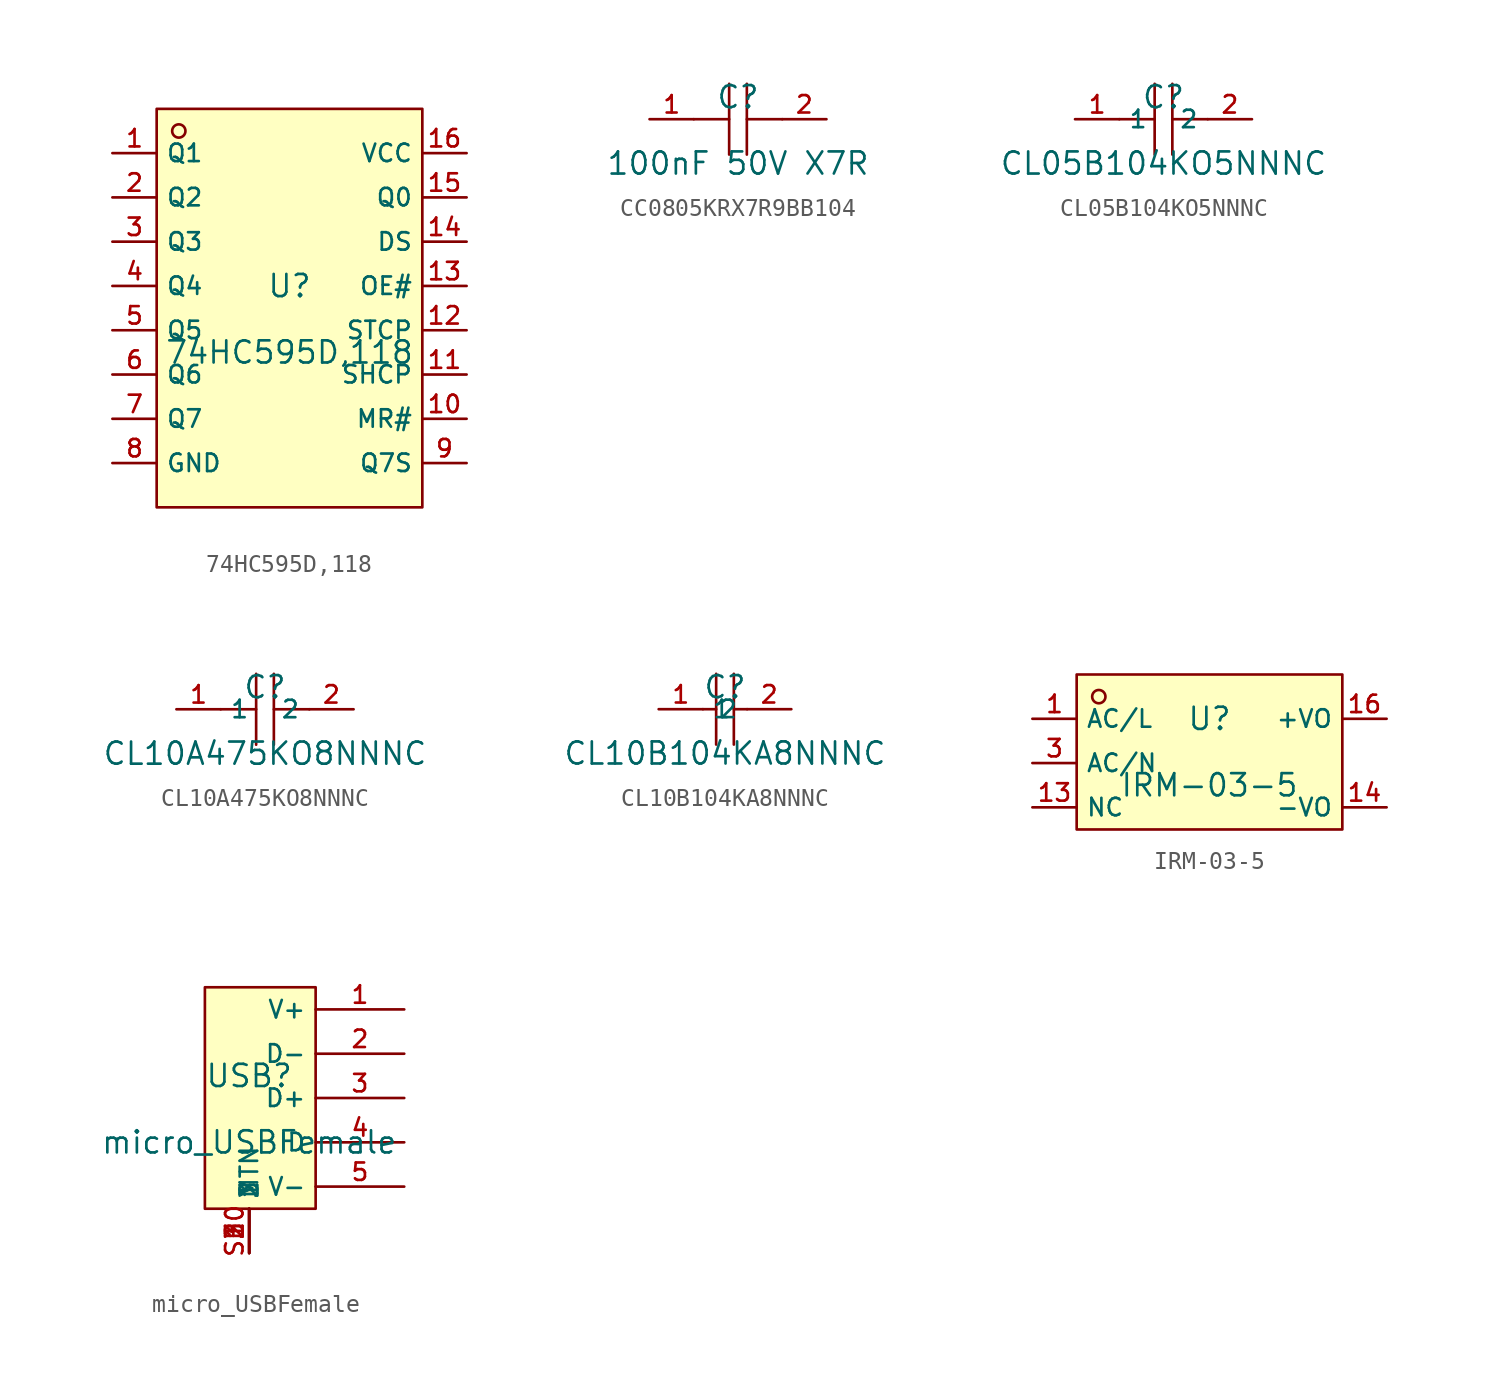
<source format=kicad_sym>
(kicad_symbol_lib
  (version 20241209)
  (generator "kicad_symbol_editor")
  (generator_version "9.0")
  (symbol "74HC595D,118"
    (property "Reference" "U"
      (at 0 1.27 0)
      (effects (font (size 1.27 1.27))))
    (property "Value" "74HC595D,118"
      (at 0 -2.54 0)
      (effects (font (size 1.27 1.27))))
    (symbol "74HC595D,118_0_1"
      (rectangle (start -7.62 11.43) (end 7.62 -11.43) (stroke (width 0) (type default)) (fill (type background)))
      (circle (center -6.35 10.16) (radius 0.381) (stroke (width 0) (type default)) (fill (type background)))
      (pin unspecified line (at -10.16 8.89 0) (length 2.54) (name "Q1" (effects (font (size 1 1)))) (number "1" (effects (font (size 1 1)))))
      (pin unspecified line (at -10.16 6.35 0) (length 2.54) (name "Q2" (effects (font (size 1 1)))) (number "2" (effects (font (size 1 1)))))
      (pin unspecified line (at -10.16 3.81 0) (length 2.54) (name "Q3" (effects (font (size 1 1)))) (number "3" (effects (font (size 1 1)))))
      (pin unspecified line (at -10.16 1.27 0) (length 2.54) (name "Q4" (effects (font (size 1 1)))) (number "4" (effects (font (size 1 1)))))
      (pin unspecified line (at -10.16 -1.27 0) (length 2.54) (name "Q5" (effects (font (size 1 1)))) (number "5" (effects (font (size 1 1)))))
      (pin unspecified line (at -10.16 -3.81 0) (length 2.54) (name "Q6" (effects (font (size 1 1)))) (number "6" (effects (font (size 1 1)))))
      (pin unspecified line (at -10.16 -6.35 0) (length 2.54) (name "Q7" (effects (font (size 1 1)))) (number "7" (effects (font (size 1 1)))))
      (pin unspecified line (at -10.16 -8.89 0) (length 2.54) (name "GND" (effects (font (size 1 1)))) (number "8" (effects (font (size 1 1)))))
      (pin unspecified line (at 10.16 8.89 180) (length 2.54) (name "VCC" (effects (font (size 1 1)))) (number "16" (effects (font (size 1 1)))))
      (pin unspecified line (at 10.16 6.35 180) (length 2.54) (name "Q0" (effects (font (size 1 1)))) (number "15" (effects (font (size 1 1)))))
      (pin unspecified line (at 10.16 3.81 180) (length 2.54) (name "DS" (effects (font (size 1 1)))) (number "14" (effects (font (size 1 1)))))
      (pin unspecified line (at 10.16 1.27 180) (length 2.54) (name "OE#" (effects (font (size 1 1)))) (number "13" (effects (font (size 1 1)))))
      (pin unspecified line (at 10.16 -1.27 180) (length 2.54) (name "STCP" (effects (font (size 1 1)))) (number "12" (effects (font (size 1 1)))))
      (pin unspecified line (at 10.16 -3.81 180) (length 2.54) (name "SHCP" (effects (font (size 1 1)))) (number "11" (effects (font (size 1 1)))))
      (pin unspecified line (at 10.16 -6.35 180) (length 2.54) (name "MR#" (effects (font (size 1 1)))) (number "10" (effects (font (size 1 1)))))
      (pin unspecified line (at 10.16 -8.89 180) (length 2.54) (name "Q7S" (effects (font (size 1 1)))) (number "9" (effects (font (size 1 1)))))))
  (symbol "CC0805KRX7R9BB104"
    (property "Reference" "C"
      (at 0 1.27 0)
      (effects (font (size 1.27 1.27))))
    (property "Value" "100nF 50V X7R"
      (at 0 -2.54 0)
      (effects (font (size 1.27 1.27))))
    (symbol "CC0805KRX7R9BB104_0_1"
      (polyline (pts (xy -0.508 0) (xy -2.54 0)) (stroke (width 0) (type default)) (fill (type none)))
      (polyline (pts (xy -0.508 -2.032) (xy -0.508 2.032)) (stroke (width 0) (type default)) (fill (type none)))
      (polyline (pts (xy 0.508 2.032) (xy 0.508 -2.032)) (stroke (width 0) (type default)) (fill (type none)))
      (polyline (pts (xy 2.54 0) (xy 0.508 0)) (stroke (width 0) (type default)) (fill (type none))))
    (symbol "CC0805KRX7R9BB104_1_1"
      (pin passive line (at -5.08 0 0) (length 2.54) (name "" (effects (font (size 1 1)))) (number "1" (effects (font (size 1 1)))))
      (pin passive line (at 5.08 0 180) (length 2.54) (name "" (effects (font (size 1 1)))) (number "2" (effects (font (size 1 1)))))))
  (symbol "CL05B104KO5NNNC"
    (property "Reference" "C"
      (at 0 1.27 0)
      (effects (font (size 1.27 1.27))))
    (property "Value" "CL05B104KO5NNNC"
      (at 0 -2.54 0)
      (effects (font (size 1.27 1.27))))
    (symbol "CL05B104KO5NNNC_0_1"
      (polyline (pts (xy -0.508 0) (xy -2.54 0)) (stroke (width 0) (type default)) (fill (type none)))
      (polyline (pts (xy -0.508 -2.032) (xy -0.508 2.032)) (stroke (width 0) (type default)) (fill (type none)))
      (polyline (pts (xy 0.508 2.032) (xy 0.508 -2.032)) (stroke (width 0) (type default)) (fill (type none)))
      (polyline (pts (xy 2.54 0) (xy 0.508 0)) (stroke (width 0) (type default)) (fill (type none)))
      (pin passive line (at -5.08 0 0) (length 2.54) (name "1" (effects (font (size 1 1)))) (number "1" (effects (font (size 1 1)))))
      (pin passive line (at 5.08 0 180) (length 2.54) (name "2" (effects (font (size 1 1)))) (number "2" (effects (font (size 1 1)))))))
  (symbol "CL10A475KO8NNNC"
    (property "Reference" "C"
      (at 0 1.27 0)
      (effects (font (size 1.27 1.27))))
    (property "Value" "CL10A475KO8NNNC"
      (at 0 -2.54 0)
      (effects (font (size 1.27 1.27))))
    (symbol "CL10A475KO8NNNC_0_1"
      (polyline (pts (xy -0.508 0) (xy -2.54 0)) (stroke (width 0) (type default)) (fill (type none)))
      (polyline (pts (xy -0.508 -2.032) (xy -0.508 2.032)) (stroke (width 0) (type default)) (fill (type none)))
      (polyline (pts (xy 0.508 2.032) (xy 0.508 -2.032)) (stroke (width 0) (type default)) (fill (type none)))
      (polyline (pts (xy 2.54 0) (xy 0.508 0)) (stroke (width 0) (type default)) (fill (type none)))
      (pin unspecified line (at -5.08 0 0) (length 2.54) (name "1" (effects (font (size 1 1)))) (number "1" (effects (font (size 1 1)))))
      (pin unspecified line (at 5.08 0 180) (length 2.54) (name "2" (effects (font (size 1 1)))) (number "2" (effects (font (size 1 1)))))))
  (symbol "CL10B104KA8NNNC"
    (property "Reference" "C"
      (at 0 1.27 0)
      (effects (font (size 1.27 1.27))))
    (property "Value" "CL10B104KA8NNNC"
      (at 0 -2.54 0)
      (effects (font (size 1.27 1.27))))
    (symbol "CL10B104KA8NNNC_0_1"
      (polyline (pts (xy -1.27 0) (xy -0.508 0)) (stroke (width 0) (type default)) (fill (type none)))
      (polyline (pts (xy -0.508 2.032) (xy -0.508 -2.032)) (stroke (width 0) (type default)) (fill (type none)))
      (polyline (pts (xy 0.508 2.032) (xy 0.508 -2.032)) (stroke (width 0) (type default)) (fill (type none)))
      (polyline (pts (xy 0.508 0) (xy 1.27 0)) (stroke (width 0) (type default)) (fill (type none)))
      (pin passive line (at -3.81 0 0) (length 2.54) (name "1" (effects (font (size 1 1)))) (number "1" (effects (font (size 1 1)))))
      (pin passive line (at 3.81 0 180) (length 2.54) (name "2" (effects (font (size 1 1)))) (number "2" (effects (font (size 1 1)))))))
  (symbol "IRM-03-5"
    (property "Reference" "U"
      (at 0 1.27 0)
      (effects (font (size 1.27 1.27))))
    (property "Value" "IRM-03-5"
      (at 0 -2.54 0)
      (effects (font (size 1.27 1.27))))
    (symbol "IRM-03-5_0_1"
      (rectangle (start -7.62 3.81) (end 7.62 -5.08) (stroke (width 0) (type default)) (fill (type background)))
      (circle (center -6.35 2.54) (radius 0.381) (stroke (width 0) (type default)) (fill (type background)))
      (pin unspecified line (at -10.16 1.27 0) (length 2.54) (name "AC/L" (effects (font (size 1 1)))) (number "1" (effects (font (size 1 1)))))
      (pin unspecified line (at -10.16 -1.27 0) (length 2.54) (name "AC/N" (effects (font (size 1 1)))) (number "3" (effects (font (size 1 1)))))
      (pin unspecified line (at -10.16 -3.81 0) (length 2.54) (name "NC" (effects (font (size 1 1)))) (number "13" (effects (font (size 1 1)))))
      (pin unspecified line (at 10.16 1.27 180) (length 2.54) (name "+VO" (effects (font (size 1 1)))) (number "16" (effects (font (size 1 1)))))
      (pin unspecified line (at 10.16 -3.81 180) (length 2.54) (name "-VO" (effects (font (size 1 1)))) (number "14" (effects (font (size 1 1)))))))
  (symbol "micro_USBFemale"
    (property "Reference" "USB"
      (at 0 1.27 0)
      (effects (font (size 1.27 1.27))))
    (property "Value" "micro_USBFemale"
      (at 0 -2.54 0)
      (effects (font (size 1.27 1.27))))
    (symbol "micro_USBFemale_0_1"
      (rectangle (start -2.54 6.35) (end 3.81 -6.35) (stroke (width 0) (type default)) (fill (type background)))
      (pin passive line (at 0 -8.89 90) (length 2.54) (name "1" (effects (font (size 1 1)))) (number "1" (effects (font (size 1 1)))))
      (pin passive line (at 0 -8.89 90) (length 2.54) (name "2" (effects (font (size 1 1)))) (number "2" (effects (font (size 1 1)))))
      (pin passive line (at 0 -8.89 90) (length 2.54) (name "3" (effects (font (size 1 1)))) (number "3" (effects (font (size 1 1)))))
      (pin passive line (at 0 -8.89 90) (length 2.54) (name "MTN" (effects (font (size 1 1)))) (number "SH0" (effects (font (size 1 1)))))
      (pin passive line (at 8.89 5.08 180) (length 5.08) (name "V+" (effects (font (size 1 1)))) (number "1" (effects (font (size 1 1)))))
      (pin passive line (at 8.89 2.54 180) (length 5.08) (name "D-" (effects (font (size 1 1)))) (number "2" (effects (font (size 1 1)))))
      (pin passive line (at 8.89 0 180) (length 5.08) (name "D+" (effects (font (size 1 1)))) (number "3" (effects (font (size 1 1)))))
      (pin passive line (at 8.89 -2.54 180) (length 5.08) (name "ID" (effects (font (size 1 1)))) (number "4" (effects (font (size 1 1)))))
      (pin passive line (at 8.89 -5.08 180) (length 5.08) (name "V-" (effects (font (size 1 1)))) (number "5" (effects (font (size 1 1))))))))
</source>
